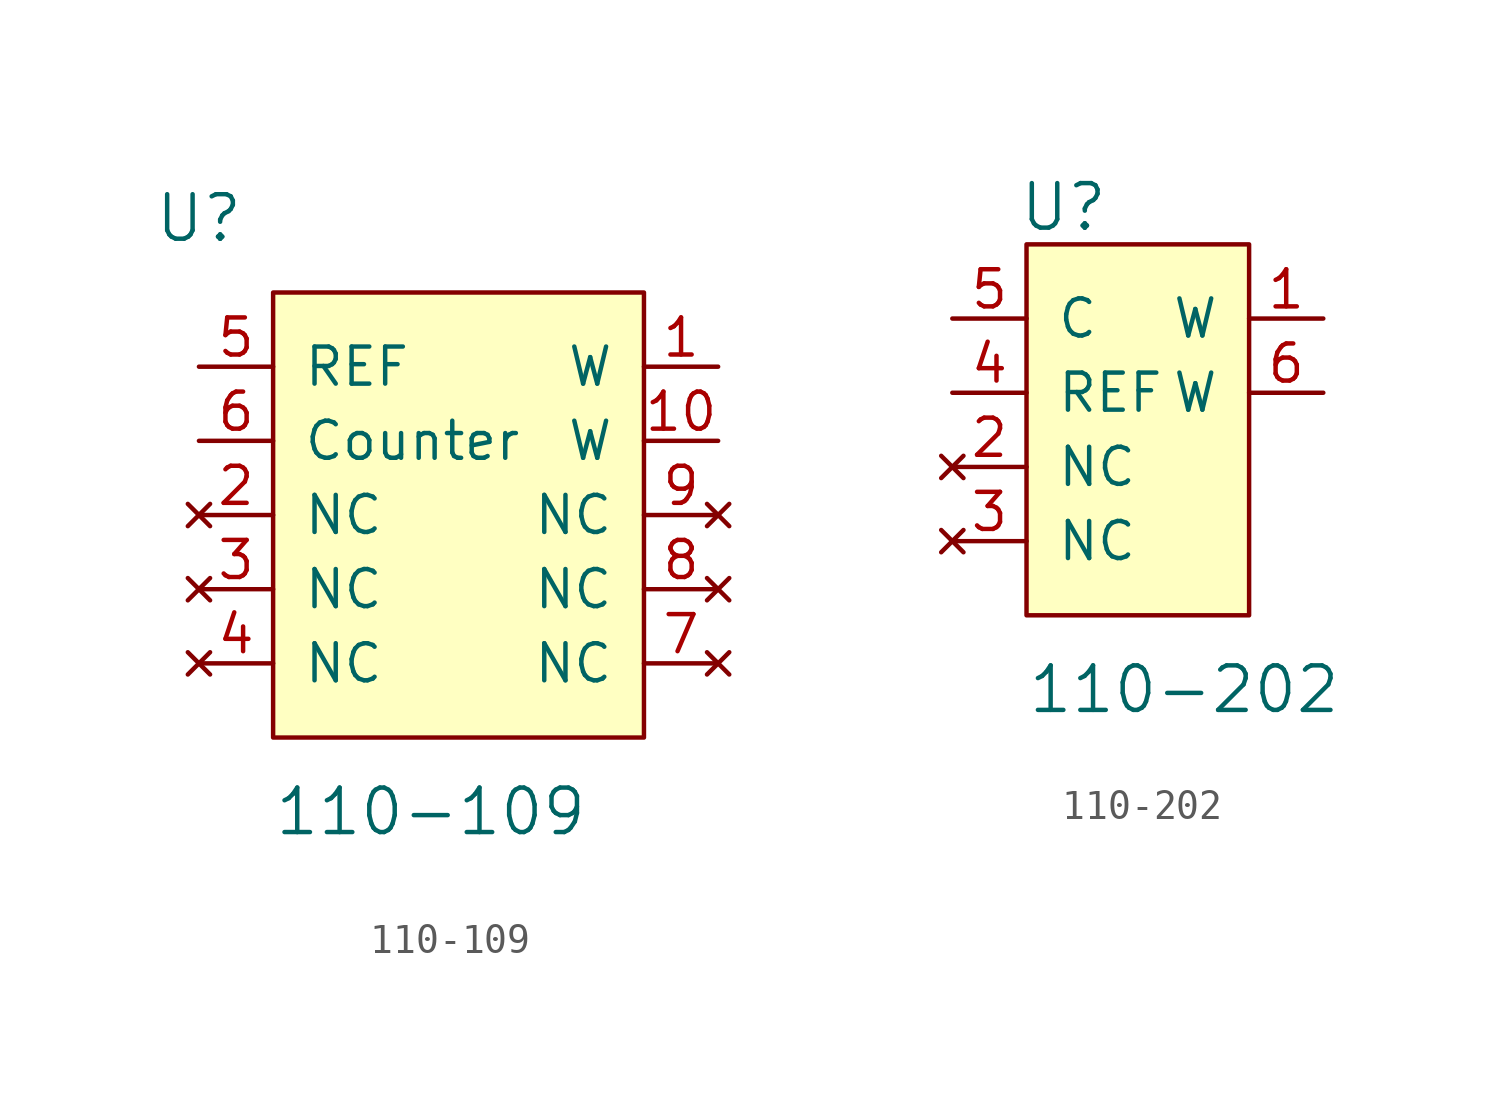
<source format=kicad_sym>
(kicad_symbol_lib
  (version 20231120)
  (generator "kicad_symbol_editor")
  (generator_version "8.0")
  (symbol "110-109"
    (pin_names
      (offset 1.016))
    (property "Reference" "U"
      (at -12.7 12.7 0)
      (effects (font (size 1.524 1.524))))
    (property "Value" "110-109"
      (at -10.16 -7.62 0)
      (effects (font (size 1.524 1.524)) (justify left)))
    (symbol "110-109_0_1"
      (rectangle (start -10.16 10.16) (end 2.54 -5.08) (stroke (width 0) (type default)) (fill (type background))))
    (symbol "110-109_1_1"
      (pin output line (at 5.08 7.62 180) (length 2.54) (name "W" (effects (font (size 1.27 1.27)))) (number "1" (effects (font (size 1.27 1.27)))))
      (pin output line (at 5.08 5.08 180) (length 2.54) (name "W" (effects (font (size 1.27 1.27)))) (number "10" (effects (font (size 1.27 1.27)))))
      (pin no_connect line (at -12.7 2.54 0) (length 2.54) (name "NC" (effects (font (size 1.27 1.27)))) (number "2" (effects (font (size 1.27 1.27)))))
      (pin no_connect line (at -12.7 0 0) (length 2.54) (name "NC" (effects (font (size 1.27 1.27)))) (number "3" (effects (font (size 1.27 1.27)))))
      (pin no_connect line (at -12.7 -2.54 0) (length 2.54) (name "NC" (effects (font (size 1.27 1.27)))) (number "4" (effects (font (size 1.27 1.27)))))
      (pin passive line (at -12.7 7.62 0) (length 2.54) (name "REF" (effects (font (size 1.27 1.27)))) (number "5" (effects (font (size 1.27 1.27)))))
      (pin input line (at -12.7 5.08 0) (length 2.54) (name "Counter" (effects (font (size 1.27 1.27)))) (number "6" (effects (font (size 1.27 1.27)))))
      (pin no_connect line (at 5.08 -2.54 180) (length 2.54) (name "NC" (effects (font (size 1.27 1.27)))) (number "7" (effects (font (size 1.27 1.27)))))
      (pin no_connect line (at 5.08 0 180) (length 2.54) (name "NC" (effects (font (size 1.27 1.27)))) (number "8" (effects (font (size 1.27 1.27)))))
      (pin no_connect line (at 5.08 2.54 180) (length 2.54) (name "NC" (effects (font (size 1.27 1.27)))) (number "9" (effects (font (size 1.27 1.27)))))))
  (symbol "110-202"
    (pin_names
      (offset 1.016))
    (property "Reference" "U"
      (at -1.27 8.89 0)
      (effects (font (size 1.524 1.524))))
    (property "Value" "110-202"
      (at -2.54 -7.62 0)
      (effects (font (size 1.524 1.524)) (justify left)))
    (symbol "110-202_0_1"
      (rectangle (start -2.54 7.62) (end 5.08 -5.08) (stroke (width 0) (type default)) (fill (type background))))
    (symbol "110-202_1_1"
      (pin output line (at 7.62 5.08 180) (length 2.54) (name "W" (effects (font (size 1.27 1.27)))) (number "1" (effects (font (size 1.27 1.27)))))
      (pin no_connect line (at -5.08 0 0) (length 2.54) (name "NC" (effects (font (size 1.27 1.27)))) (number "2" (effects (font (size 1.27 1.27)))))
      (pin no_connect line (at -5.08 -2.54 0) (length 2.54) (name "NC" (effects (font (size 1.27 1.27)))) (number "3" (effects (font (size 1.27 1.27)))))
      (pin passive line (at -5.08 2.54 0) (length 2.54) (name "REF" (effects (font (size 1.27 1.27)))) (number "4" (effects (font (size 1.27 1.27)))))
      (pin input line (at -5.08 5.08 0) (length 2.54) (name "C" (effects (font (size 1.27 1.27)))) (number "5" (effects (font (size 1.27 1.27)))))
      (pin output line (at 7.62 2.54 180) (length 2.54) (name "W" (effects (font (size 1.27 1.27)))) (number "6" (effects (font (size 1.27 1.27))))))))
</source>
